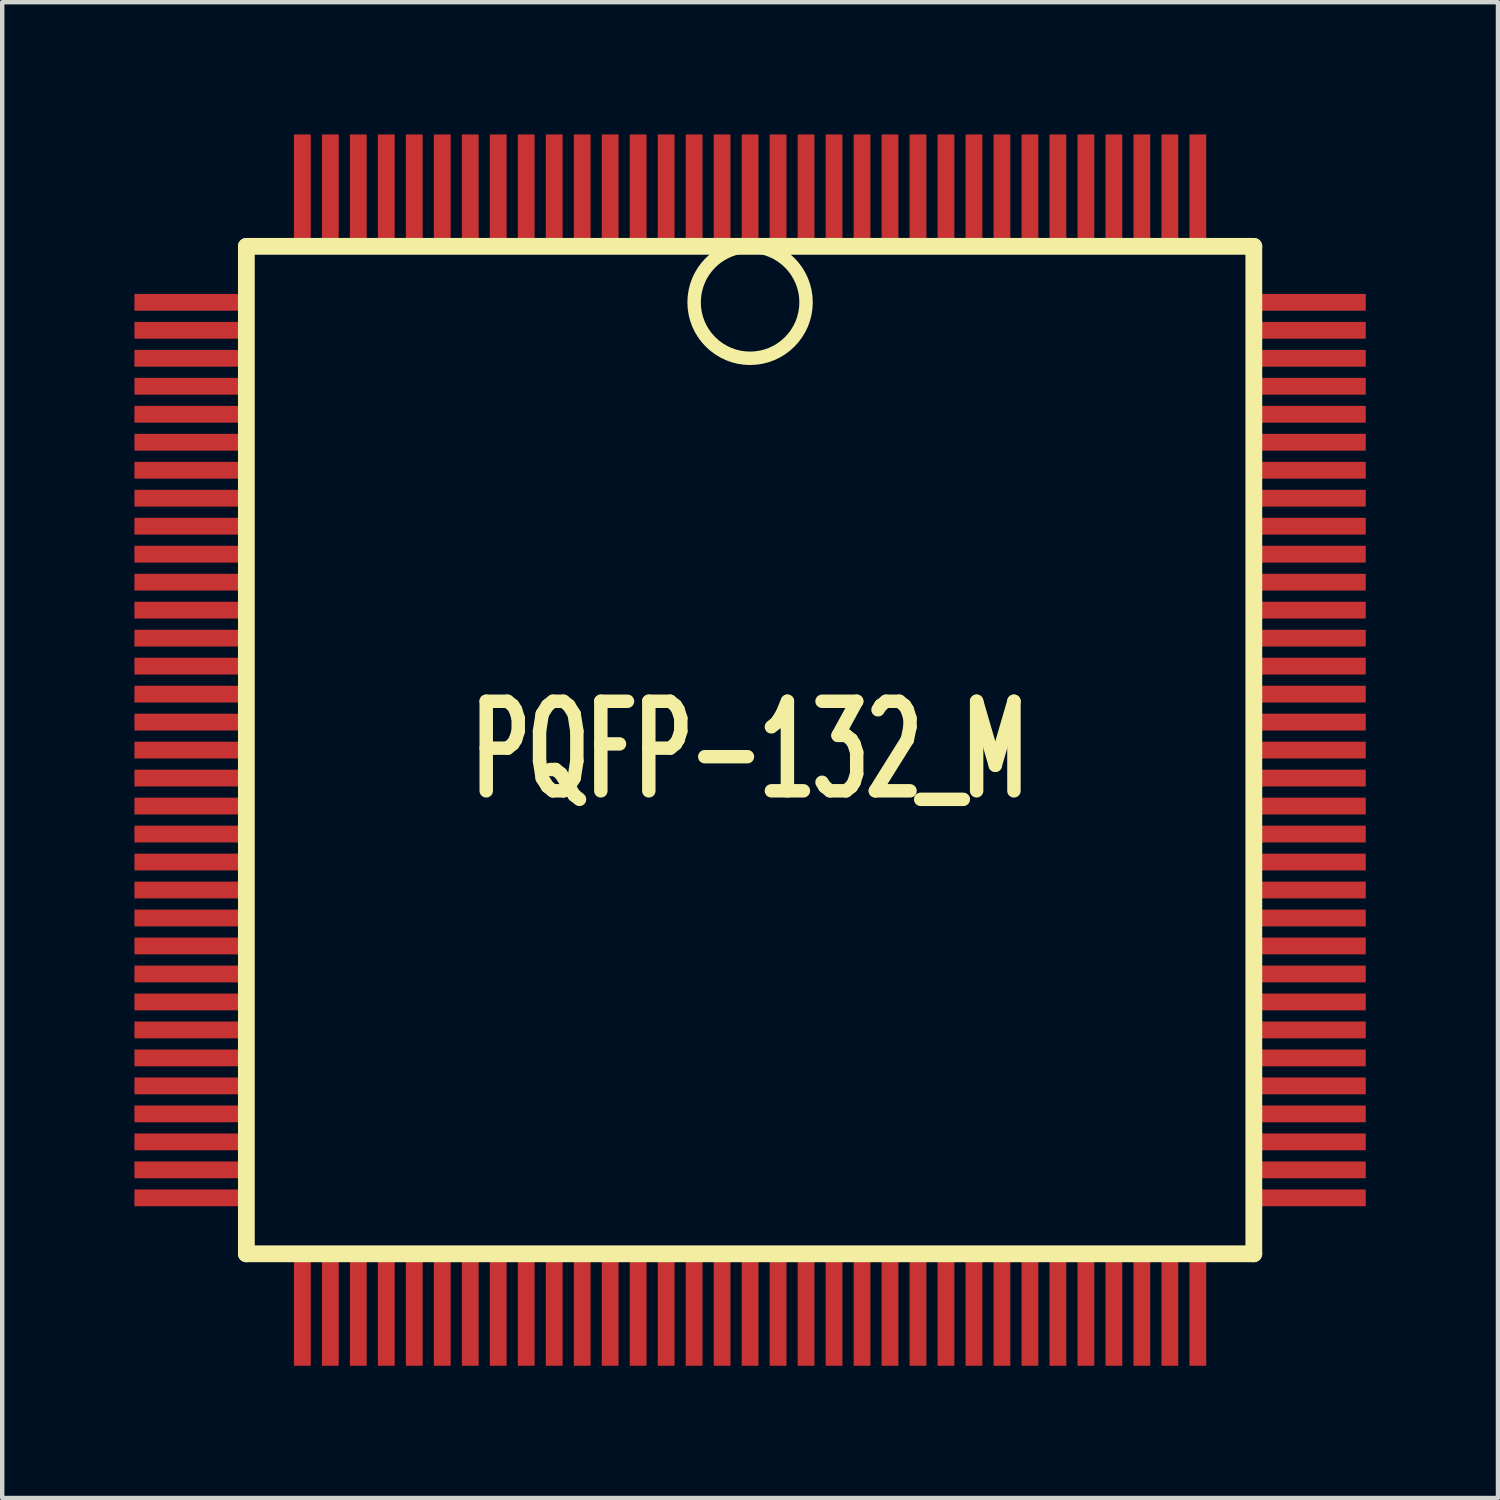
<source format=kicad_pcb>
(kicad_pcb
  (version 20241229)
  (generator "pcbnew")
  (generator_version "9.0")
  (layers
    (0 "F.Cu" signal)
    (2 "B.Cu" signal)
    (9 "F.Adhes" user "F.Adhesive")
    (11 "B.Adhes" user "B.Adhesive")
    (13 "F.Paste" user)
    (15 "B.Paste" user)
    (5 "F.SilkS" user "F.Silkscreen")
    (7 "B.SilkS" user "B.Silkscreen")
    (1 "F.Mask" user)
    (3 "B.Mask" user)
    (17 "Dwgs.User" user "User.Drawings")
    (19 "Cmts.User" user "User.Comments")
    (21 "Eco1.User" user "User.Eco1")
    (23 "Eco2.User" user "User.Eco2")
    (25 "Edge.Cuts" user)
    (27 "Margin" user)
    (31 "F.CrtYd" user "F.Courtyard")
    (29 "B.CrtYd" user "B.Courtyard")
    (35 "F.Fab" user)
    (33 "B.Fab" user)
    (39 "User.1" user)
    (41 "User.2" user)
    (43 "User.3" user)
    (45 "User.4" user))
  (footprint "PQFP-132_M"
    (layer "F.Cu")
    (at 13.97 13.97)
    (property "Reference" "PQFP-132_M" (at 0 0 0) (layer "F.SilkS") (effects (font (size 2.032 1.27) (thickness 0.305))))
    (attr smd)
    (fp_line (start -11.43 -11.43) (end 11.43 -11.43) (stroke (width 0.381) (type solid)) (layer "F.SilkS"))
    (fp_line (start -11.43 11.43) (end -11.43 -11.43) (stroke (width 0.381) (type solid)) (layer "F.SilkS"))
    (fp_line (start 11.43 -11.43) (end 11.43 11.43) (stroke (width 0.381) (type solid)) (layer "F.SilkS"))
    (fp_line (start 11.43 11.43) (end -11.43 11.43) (stroke (width 0.381) (type solid)) (layer "F.SilkS"))
    (fp_circle (center 0 -10.16) (end 0 -11.43) (stroke (width 0.305) (type solid)) (fill no) (layer "F.SilkS"))
    (pad "1" smd rect (at 0 -12.7) (size 0.381 2.54) (layers "F.Cu" "F.Mask" "F.Paste"))
    (pad "2" smd rect (at -0.635 -12.7) (size 0.381 2.54) (layers "F.Cu" "F.Mask" "F.Paste"))
    (pad "3" smd rect (at -1.27 -12.7) (size 0.381 2.54) (layers "F.Cu" "F.Mask" "F.Paste"))
    (pad "4" smd rect (at -1.905 -12.7) (size 0.381 2.54) (layers "F.Cu" "F.Mask" "F.Paste"))
    (pad "5" smd rect (at -2.54 -12.7) (size 0.381 2.54) (layers "F.Cu" "F.Mask" "F.Paste"))
    (pad "6" smd rect (at -3.175 -12.7) (size 0.381 2.54) (layers "F.Cu" "F.Mask" "F.Paste"))
    (pad "7" smd rect (at -3.81 -12.7) (size 0.381 2.54) (layers "F.Cu" "F.Mask" "F.Paste"))
    (pad "8" smd rect (at -4.445 -12.7) (size 0.381 2.54) (layers "F.Cu" "F.Mask" "F.Paste"))
    (pad "9" smd rect (at -5.08 -12.7) (size 0.381 2.54) (layers "F.Cu" "F.Mask" "F.Paste"))
    (pad "10" smd rect (at -5.715 -12.7) (size 0.381 2.54) (layers "F.Cu" "F.Mask" "F.Paste"))
    (pad "11" smd rect (at -6.35 -12.7) (size 0.381 2.54) (layers "F.Cu" "F.Mask" "F.Paste"))
    (pad "12" smd rect (at -6.985 -12.7) (size 0.381 2.54) (layers "F.Cu" "F.Mask" "F.Paste"))
    (pad "13" smd rect (at -7.62 -12.7) (size 0.381 2.54) (layers "F.Cu" "F.Mask" "F.Paste"))
    (pad "14" smd rect (at -8.255 -12.7) (size 0.381 2.54) (layers "F.Cu" "F.Mask" "F.Paste"))
    (pad "15" smd rect (at -8.89 -12.7) (size 0.381 2.54) (layers "F.Cu" "F.Mask" "F.Paste"))
    (pad "16" smd rect (at -9.525 -12.7) (size 0.381 2.54) (layers "F.Cu" "F.Mask" "F.Paste"))
    (pad "17" smd rect (at -10.16 -12.7) (size 0.381 2.54) (layers "F.Cu" "F.Mask" "F.Paste"))
    (pad "18" smd rect (at -12.7 -10.16) (size 2.54 0.381) (layers "F.Cu" "F.Mask" "F.Paste"))
    (pad "19" smd rect (at -12.7 -9.525) (size 2.54 0.381) (layers "F.Cu" "F.Mask" "F.Paste"))
    (pad "20" smd rect (at -12.7 -8.89) (size 2.54 0.381) (layers "F.Cu" "F.Mask" "F.Paste"))
    (pad "21" smd rect (at -12.7 -8.255) (size 2.54 0.381) (layers "F.Cu" "F.Mask" "F.Paste"))
    (pad "22" smd rect (at -12.7 -7.62) (size 2.54 0.381) (layers "F.Cu" "F.Mask" "F.Paste"))
    (pad "23" smd rect (at -12.7 -6.985) (size 2.54 0.381) (layers "F.Cu" "F.Mask" "F.Paste"))
    (pad "24" smd rect (at -12.7 -6.35) (size 2.54 0.381) (layers "F.Cu" "F.Mask" "F.Paste"))
    (pad "25" smd rect (at -12.7 -5.715) (size 2.54 0.381) (layers "F.Cu" "F.Mask" "F.Paste"))
    (pad "26" smd rect (at -12.7 -5.08) (size 2.54 0.381) (layers "F.Cu" "F.Mask" "F.Paste"))
    (pad "27" smd rect (at -12.7 -4.445) (size 2.54 0.381) (layers "F.Cu" "F.Mask" "F.Paste"))
    (pad "28" smd rect (at -12.7 -3.81) (size 2.54 0.381) (layers "F.Cu" "F.Mask" "F.Paste"))
    (pad "29" smd rect (at -12.7 -3.175) (size 2.54 0.381) (layers "F.Cu" "F.Mask" "F.Paste"))
    (pad "30" smd rect (at -12.7 -2.54) (size 2.54 0.381) (layers "F.Cu" "F.Mask" "F.Paste"))
    (pad "31" smd rect (at -12.7 -1.905) (size 2.54 0.381) (layers "F.Cu" "F.Mask" "F.Paste"))
    (pad "32" smd rect (at -12.7 -1.27) (size 2.54 0.381) (layers "F.Cu" "F.Mask" "F.Paste"))
    (pad "33" smd rect (at -12.7 -0.635) (size 2.54 0.381) (layers "F.Cu" "F.Mask" "F.Paste"))
    (pad "34" smd rect (at -12.7 0) (size 2.54 0.381) (layers "F.Cu" "F.Mask" "F.Paste"))
    (pad "35" smd rect (at -12.7 0.635) (size 2.54 0.381) (layers "F.Cu" "F.Mask" "F.Paste"))
    (pad "36" smd rect (at -12.7 1.27) (size 2.54 0.381) (layers "F.Cu" "F.Mask" "F.Paste"))
    (pad "37" smd rect (at -12.7 1.905) (size 2.54 0.381) (layers "F.Cu" "F.Mask" "F.Paste"))
    (pad "38" smd rect (at -12.7 2.54) (size 2.54 0.381) (layers "F.Cu" "F.Mask" "F.Paste"))
    (pad "39" smd rect (at -12.7 3.175) (size 2.54 0.381) (layers "F.Cu" "F.Mask" "F.Paste"))
    (pad "40" smd rect (at -12.7 3.81) (size 2.54 0.381) (layers "F.Cu" "F.Mask" "F.Paste"))
    (pad "41" smd rect (at -12.7 4.445) (size 2.54 0.381) (layers "F.Cu" "F.Mask" "F.Paste"))
    (pad "42" smd rect (at -12.7 5.08) (size 2.54 0.381) (layers "F.Cu" "F.Mask" "F.Paste"))
    (pad "43" smd rect (at -12.7 5.715) (size 2.54 0.381) (layers "F.Cu" "F.Mask" "F.Paste"))
    (pad "44" smd rect (at -12.7 6.35) (size 2.54 0.381) (layers "F.Cu" "F.Mask" "F.Paste"))
    (pad "45" smd rect (at -12.7 6.985) (size 2.54 0.381) (layers "F.Cu" "F.Mask" "F.Paste"))
    (pad "46" smd rect (at -12.7 7.62) (size 2.54 0.381) (layers "F.Cu" "F.Mask" "F.Paste"))
    (pad "47" smd rect (at -12.7 8.255) (size 2.54 0.381) (layers "F.Cu" "F.Mask" "F.Paste"))
    (pad "48" smd rect (at -12.7 8.89) (size 2.54 0.381) (layers "F.Cu" "F.Mask" "F.Paste"))
    (pad "49" smd rect (at -12.7 9.525) (size 2.54 0.381) (layers "F.Cu" "F.Mask" "F.Paste"))
    (pad "50" smd rect (at -12.7 10.16) (size 2.54 0.381) (layers "F.Cu" "F.Mask" "F.Paste"))
    (pad "51" smd rect (at -10.16 12.7) (size 0.381 2.54) (layers "F.Cu" "F.Mask" "F.Paste"))
    (pad "52" smd rect (at -9.525 12.7) (size 0.381 2.54) (layers "F.Cu" "F.Mask" "F.Paste"))
    (pad "53" smd rect (at -8.89 12.7) (size 0.381 2.54) (layers "F.Cu" "F.Mask" "F.Paste"))
    (pad "54" smd rect (at -8.255 12.7) (size 0.381 2.54) (layers "F.Cu" "F.Mask" "F.Paste"))
    (pad "55" smd rect (at -7.62 12.7) (size 0.381 2.54) (layers "F.Cu" "F.Mask" "F.Paste"))
    (pad "56" smd rect (at -6.985 12.7) (size 0.381 2.54) (layers "F.Cu" "F.Mask" "F.Paste"))
    (pad "57" smd rect (at -6.35 12.7) (size 0.381 2.54) (layers "F.Cu" "F.Mask" "F.Paste"))
    (pad "58" smd rect (at -5.715 12.7) (size 0.381 2.54) (layers "F.Cu" "F.Mask" "F.Paste"))
    (pad "59" smd rect (at -5.08 12.7) (size 0.381 2.54) (layers "F.Cu" "F.Mask" "F.Paste"))
    (pad "60" smd rect (at -4.445 12.7) (size 0.381 2.54) (layers "F.Cu" "F.Mask" "F.Paste"))
    (pad "61" smd rect (at -3.81 12.7) (size 0.381 2.54) (layers "F.Cu" "F.Mask" "F.Paste"))
    (pad "62" smd rect (at -3.175 12.7) (size 0.381 2.54) (layers "F.Cu" "F.Mask" "F.Paste"))
    (pad "63" smd rect (at -2.54 12.7) (size 0.381 2.54) (layers "F.Cu" "F.Mask" "F.Paste"))
    (pad "64" smd rect (at -1.905 12.7) (size 0.381 2.54) (layers "F.Cu" "F.Mask" "F.Paste"))
    (pad "65" smd rect (at -1.27 12.7) (size 0.381 2.54) (layers "F.Cu" "F.Mask" "F.Paste"))
    (pad "66" smd rect (at -0.635 12.7) (size 0.381 2.54) (layers "F.Cu" "F.Mask" "F.Paste"))
    (pad "67" smd rect (at 0 12.7) (size 0.381 2.54) (layers "F.Cu" "F.Mask" "F.Paste"))
    (pad "68" smd rect (at 0.635 12.7) (size 0.381 2.54) (layers "F.Cu" "F.Mask" "F.Paste"))
    (pad "69" smd rect (at 1.27 12.7) (size 0.381 2.54) (layers "F.Cu" "F.Mask" "F.Paste"))
    (pad "70" smd rect (at 1.905 12.7) (size 0.381 2.54) (layers "F.Cu" "F.Mask" "F.Paste"))
    (pad "71" smd rect (at 2.54 12.7) (size 0.381 2.54) (layers "F.Cu" "F.Mask" "F.Paste"))
    (pad "72" smd rect (at 3.175 12.7) (size 0.381 2.54) (layers "F.Cu" "F.Mask" "F.Paste"))
    (pad "73" smd rect (at 3.81 12.7) (size 0.381 2.54) (layers "F.Cu" "F.Mask" "F.Paste"))
    (pad "74" smd rect (at 4.445 12.7) (size 0.381 2.54) (layers "F.Cu" "F.Mask" "F.Paste"))
    (pad "75" smd rect (at 5.08 12.7) (size 0.381 2.54) (layers "F.Cu" "F.Mask" "F.Paste"))
    (pad "76" smd rect (at 5.715 12.7) (size 0.381 2.54) (layers "F.Cu" "F.Mask" "F.Paste"))
    (pad "77" smd rect (at 6.35 12.7) (size 0.381 2.54) (layers "F.Cu" "F.Mask" "F.Paste"))
    (pad "78" smd rect (at 6.985 12.7) (size 0.381 2.54) (layers "F.Cu" "F.Mask" "F.Paste"))
    (pad "79" smd rect (at 7.62 12.7) (size 0.381 2.54) (layers "F.Cu" "F.Mask" "F.Paste"))
    (pad "80" smd rect (at 8.255 12.7) (size 0.381 2.54) (layers "F.Cu" "F.Mask" "F.Paste"))
    (pad "81" smd rect (at 8.89 12.7) (size 0.381 2.54) (layers "F.Cu" "F.Mask" "F.Paste"))
    (pad "82" smd rect (at 9.525 12.7) (size 0.381 2.54) (layers "F.Cu" "F.Mask" "F.Paste"))
    (pad "83" smd rect (at 10.16 12.7) (size 0.381 2.54) (layers "F.Cu" "F.Mask" "F.Paste"))
    (pad "84" smd rect (at 12.7 10.16) (size 2.54 0.381) (layers "F.Cu" "F.Mask" "F.Paste"))
    (pad "85" smd rect (at 12.7 9.525) (size 2.54 0.381) (layers "F.Cu" "F.Mask" "F.Paste"))
    (pad "86" smd rect (at 12.7 8.89) (size 2.54 0.381) (layers "F.Cu" "F.Mask" "F.Paste"))
    (pad "87" smd rect (at 12.7 8.255) (size 2.54 0.381) (layers "F.Cu" "F.Mask" "F.Paste"))
    (pad "88" smd rect (at 12.7 7.62) (size 2.54 0.381) (layers "F.Cu" "F.Mask" "F.Paste"))
    (pad "89" smd rect (at 12.7 6.985) (size 2.54 0.381) (layers "F.Cu" "F.Mask" "F.Paste"))
    (pad "90" smd rect (at 12.7 6.35) (size 2.54 0.381) (layers "F.Cu" "F.Mask" "F.Paste"))
    (pad "91" smd rect (at 12.7 5.715) (size 2.54 0.381) (layers "F.Cu" "F.Mask" "F.Paste"))
    (pad "92" smd rect (at 12.7 5.08) (size 2.54 0.381) (layers "F.Cu" "F.Mask" "F.Paste"))
    (pad "93" smd rect (at 12.7 4.445) (size 2.54 0.381) (layers "F.Cu" "F.Mask" "F.Paste"))
    (pad "94" smd rect (at 12.7 3.81) (size 2.54 0.381) (layers "F.Cu" "F.Mask" "F.Paste"))
    (pad "95" smd rect (at 12.7 3.175) (size 2.54 0.381) (layers "F.Cu" "F.Mask" "F.Paste"))
    (pad "96" smd rect (at 12.7 2.54) (size 2.54 0.381) (layers "F.Cu" "F.Mask" "F.Paste"))
    (pad "97" smd rect (at 12.7 1.905) (size 2.54 0.381) (layers "F.Cu" "F.Mask" "F.Paste"))
    (pad "98" smd rect (at 12.7 1.27) (size 2.54 0.381) (layers "F.Cu" "F.Mask" "F.Paste"))
    (pad "99" smd rect (at 12.7 0.635) (size 2.54 0.381) (layers "F.Cu" "F.Mask" "F.Paste"))
    (pad "100" smd rect (at 12.7 0) (size 2.54 0.381) (layers "F.Cu" "F.Mask" "F.Paste"))
    (pad "101" smd rect (at 12.7 -0.635) (size 2.54 0.381) (layers "F.Cu" "F.Mask" "F.Paste"))
    (pad "102" smd rect (at 12.7 -1.27) (size 2.54 0.381) (layers "F.Cu" "F.Mask" "F.Paste"))
    (pad "103" smd rect (at 12.7 -1.905) (size 2.54 0.381) (layers "F.Cu" "F.Mask" "F.Paste"))
    (pad "104" smd rect (at 12.7 -2.54) (size 2.54 0.381) (layers "F.Cu" "F.Mask" "F.Paste"))
    (pad "105" smd rect (at 12.7 -3.175) (size 2.54 0.381) (layers "F.Cu" "F.Mask" "F.Paste"))
    (pad "106" smd rect (at 12.7 -3.81) (size 2.54 0.381) (layers "F.Cu" "F.Mask" "F.Paste"))
    (pad "107" smd rect (at 12.7 -4.445) (size 2.54 0.381) (layers "F.Cu" "F.Mask" "F.Paste"))
    (pad "108" smd rect (at 12.7 -5.08) (size 2.54 0.381) (layers "F.Cu" "F.Mask" "F.Paste"))
    (pad "109" smd rect (at 12.7 -5.715) (size 2.54 0.381) (layers "F.Cu" "F.Mask" "F.Paste"))
    (pad "110" smd rect (at 12.7 -6.35) (size 2.54 0.381) (layers "F.Cu" "F.Mask" "F.Paste"))
    (pad "111" smd rect (at 12.7 -6.985) (size 2.54 0.381) (layers "F.Cu" "F.Mask" "F.Paste"))
    (pad "112" smd rect (at 12.7 -7.62) (size 2.54 0.381) (layers "F.Cu" "F.Mask" "F.Paste"))
    (pad "113" smd rect (at 12.7 -8.255) (size 2.54 0.381) (layers "F.Cu" "F.Mask" "F.Paste"))
    (pad "114" smd rect (at 12.7 -8.89) (size 2.54 0.381) (layers "F.Cu" "F.Mask" "F.Paste"))
    (pad "115" smd rect (at 12.7 -9.525) (size 2.54 0.381) (layers "F.Cu" "F.Mask" "F.Paste"))
    (pad "116" smd rect (at 12.7 -10.16) (size 2.54 0.381) (layers "F.Cu" "F.Mask" "F.Paste"))
    (pad "117" smd rect (at 10.16 -12.7) (size 0.381 2.54) (layers "F.Cu" "F.Mask" "F.Paste"))
    (pad "118" smd rect (at 9.525 -12.7) (size 0.381 2.54) (layers "F.Cu" "F.Mask" "F.Paste"))
    (pad "119" smd rect (at 8.89 -12.7) (size 0.381 2.54) (layers "F.Cu" "F.Mask" "F.Paste"))
    (pad "120" smd rect (at 8.255 -12.7) (size 0.381 2.54) (layers "F.Cu" "F.Mask" "F.Paste"))
    (pad "121" smd rect (at 7.62 -12.7) (size 0.381 2.54) (layers "F.Cu" "F.Mask" "F.Paste"))
    (pad "122" smd rect (at 6.985 -12.7) (size 0.381 2.54) (layers "F.Cu" "F.Mask" "F.Paste"))
    (pad "123" smd rect (at 6.35 -12.7) (size 0.381 2.54) (layers "F.Cu" "F.Mask" "F.Paste"))
    (pad "124" smd rect (at 5.715 -12.7) (size 0.381 2.54) (layers "F.Cu" "F.Mask" "F.Paste"))
    (pad "125" smd rect (at 5.08 -12.7) (size 0.381 2.54) (layers "F.Cu" "F.Mask" "F.Paste"))
    (pad "126" smd rect (at 4.445 -12.7) (size 0.381 2.54) (layers "F.Cu" "F.Mask" "F.Paste"))
    (pad "127" smd rect (at 3.81 -12.7) (size 0.381 2.54) (layers "F.Cu" "F.Mask" "F.Paste"))
    (pad "128" smd rect (at 3.175 -12.7) (size 0.381 2.54) (layers "F.Cu" "F.Mask" "F.Paste"))
    (pad "129" smd rect (at 2.54 -12.7) (size 0.381 2.54) (layers "F.Cu" "F.Mask" "F.Paste"))
    (pad "130" smd rect (at 1.905 -12.7) (size 0.381 2.54) (layers "F.Cu" "F.Mask" "F.Paste"))
    (pad "131" smd rect (at 1.27 -12.7) (size 0.381 2.54) (layers "F.Cu" "F.Mask" "F.Paste"))
    (pad "132" smd rect (at 0.635 -12.7) (size 0.381 2.54) (layers "F.Cu" "F.Mask" "F.Paste")))
  (gr_rect
    (start -3 -3)
    (end 30.94 30.94)
    (stroke (width 0.1) (type default))
    (fill no)
    (layer "Edge.Cuts")))
</source>
